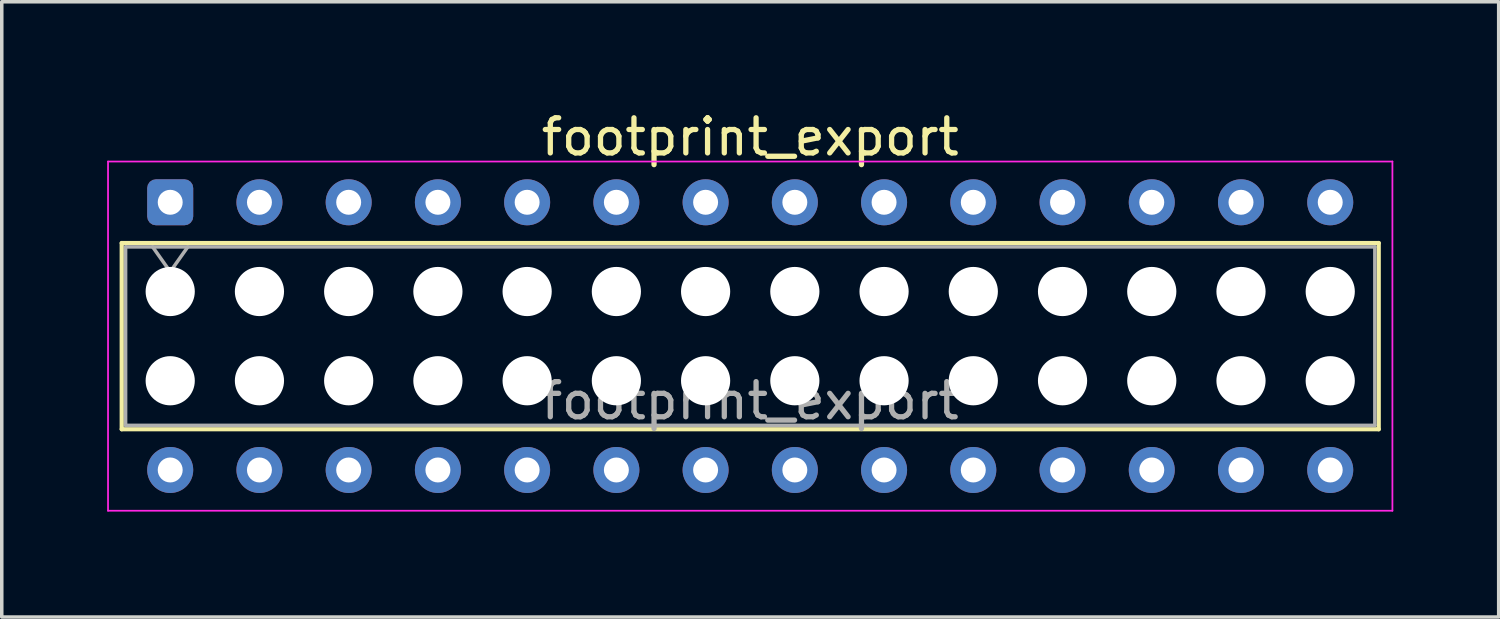
<source format=kicad_pcb>
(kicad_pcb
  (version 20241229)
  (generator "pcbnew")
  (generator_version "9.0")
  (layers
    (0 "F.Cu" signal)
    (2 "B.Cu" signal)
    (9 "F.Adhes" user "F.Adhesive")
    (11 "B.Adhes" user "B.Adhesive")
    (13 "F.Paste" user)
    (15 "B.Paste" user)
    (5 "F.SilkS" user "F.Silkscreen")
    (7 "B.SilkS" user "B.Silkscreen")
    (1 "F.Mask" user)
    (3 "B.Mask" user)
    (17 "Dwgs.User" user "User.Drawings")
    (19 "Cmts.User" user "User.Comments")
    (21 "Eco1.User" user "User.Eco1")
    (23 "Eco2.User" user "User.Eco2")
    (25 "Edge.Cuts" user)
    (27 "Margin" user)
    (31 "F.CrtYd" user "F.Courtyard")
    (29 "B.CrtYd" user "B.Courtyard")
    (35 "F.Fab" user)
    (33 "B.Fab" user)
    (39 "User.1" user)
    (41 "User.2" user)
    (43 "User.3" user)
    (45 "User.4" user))
  (footprint "footprint_export"
    (layer "F.Cu")
    (at 1.795 2.708)
    (property "Reference" "footprint_export" (at 16.51 -1.86 0) (layer "F.SilkS") (effects (font (size 1 1) (thickness 0.15))))
    (attr through_hole)
    (fp_line (start -1.38 1.16) (end 34.4 1.16) (stroke (width 0.12) (type solid)) (layer "F.SilkS"))
    (fp_line (start -1.38 6.46) (end -1.38 1.16) (stroke (width 0.12) (type solid)) (layer "F.SilkS"))
    (fp_line (start 34.4 1.16) (end 34.4 6.46) (stroke (width 0.12) (type solid)) (layer "F.SilkS"))
    (fp_line (start 34.4 6.46) (end -1.38 6.46) (stroke (width 0.12) (type solid)) (layer "F.SilkS"))
    (fp_line (start -1.77 -1.16) (end 34.79 -1.16) (stroke (width 0.05) (type solid)) (layer "F.CrtYd"))
    (fp_line (start -1.77 8.78) (end -1.77 -1.16) (stroke (width 0.05) (type solid)) (layer "F.CrtYd"))
    (fp_line (start 34.79 -1.16) (end 34.79 8.78) (stroke (width 0.05) (type solid)) (layer "F.CrtYd"))
    (fp_line (start 34.79 8.78) (end -1.77 8.78) (stroke (width 0.05) (type solid)) (layer "F.CrtYd"))
    (fp_line (start -1.27 1.27) (end 34.29 1.27) (stroke (width 0.1) (type solid)) (layer "F.Fab"))
    (fp_line (start -1.27 6.35) (end -1.27 1.27) (stroke (width 0.1) (type solid)) (layer "F.Fab"))
    (fp_line (start -0.5 1.27) (end 0 1.977) (stroke (width 0.1) (type solid)) (layer "F.Fab"))
    (fp_line (start 0 1.977) (end 0.5 1.27) (stroke (width 0.1) (type solid)) (layer "F.Fab"))
    (fp_line (start 34.29 1.27) (end 34.29 6.35) (stroke (width 0.1) (type solid)) (layer "F.Fab"))
    (fp_line (start 34.29 6.35) (end -1.27 6.35) (stroke (width 0.1) (type solid)) (layer "F.Fab"))
    (fp_text user "${REFERENCE}" (at 16.51 5.65 0) (layer "F.Fab") (effects (font (size 1 1) (thickness 0.15))))
    (pad "" np_thru_hole circle (at 0 2.54) (size 1.4 1.4) (drill 1.4) (layers "*.Cu" "*.Mask"))
    (pad "" np_thru_hole circle (at 0 5.08) (size 1.4 1.4) (drill 1.4) (layers "*.Cu" "*.Mask"))
    (pad "" np_thru_hole circle (at 2.54 2.54) (size 1.4 1.4) (drill 1.4) (layers "*.Cu" "*.Mask"))
    (pad "" np_thru_hole circle (at 2.54 5.08) (size 1.4 1.4) (drill 1.4) (layers "*.Cu" "*.Mask"))
    (pad "" np_thru_hole circle (at 5.08 2.54) (size 1.4 1.4) (drill 1.4) (layers "*.Cu" "*.Mask"))
    (pad "" np_thru_hole circle (at 5.08 5.08) (size 1.4 1.4) (drill 1.4) (layers "*.Cu" "*.Mask"))
    (pad "" np_thru_hole circle (at 7.62 2.54) (size 1.4 1.4) (drill 1.4) (layers "*.Cu" "*.Mask"))
    (pad "" np_thru_hole circle (at 7.62 5.08) (size 1.4 1.4) (drill 1.4) (layers "*.Cu" "*.Mask"))
    (pad "" np_thru_hole circle (at 10.16 2.54) (size 1.4 1.4) (drill 1.4) (layers "*.Cu" "*.Mask"))
    (pad "" np_thru_hole circle (at 10.16 5.08) (size 1.4 1.4) (drill 1.4) (layers "*.Cu" "*.Mask"))
    (pad "" np_thru_hole circle (at 12.7 2.54) (size 1.4 1.4) (drill 1.4) (layers "*.Cu" "*.Mask"))
    (pad "" np_thru_hole circle (at 12.7 5.08) (size 1.4 1.4) (drill 1.4) (layers "*.Cu" "*.Mask"))
    (pad "" np_thru_hole circle (at 15.24 2.54) (size 1.4 1.4) (drill 1.4) (layers "*.Cu" "*.Mask"))
    (pad "" np_thru_hole circle (at 15.24 5.08) (size 1.4 1.4) (drill 1.4) (layers "*.Cu" "*.Mask"))
    (pad "" np_thru_hole circle (at 17.78 2.54) (size 1.4 1.4) (drill 1.4) (layers "*.Cu" "*.Mask"))
    (pad "" np_thru_hole circle (at 17.78 5.08) (size 1.4 1.4) (drill 1.4) (layers "*.Cu" "*.Mask"))
    (pad "" np_thru_hole circle (at 20.32 2.54) (size 1.4 1.4) (drill 1.4) (layers "*.Cu" "*.Mask"))
    (pad "" np_thru_hole circle (at 20.32 5.08) (size 1.4 1.4) (drill 1.4) (layers "*.Cu" "*.Mask"))
    (pad "" np_thru_hole circle (at 22.86 2.54) (size 1.4 1.4) (drill 1.4) (layers "*.Cu" "*.Mask"))
    (pad "" np_thru_hole circle (at 22.86 5.08) (size 1.4 1.4) (drill 1.4) (layers "*.Cu" "*.Mask"))
    (pad "" np_thru_hole circle (at 25.4 2.54) (size 1.4 1.4) (drill 1.4) (layers "*.Cu" "*.Mask"))
    (pad "" np_thru_hole circle (at 25.4 5.08) (size 1.4 1.4) (drill 1.4) (layers "*.Cu" "*.Mask"))
    (pad "" np_thru_hole circle (at 27.94 2.54) (size 1.4 1.4) (drill 1.4) (layers "*.Cu" "*.Mask"))
    (pad "" np_thru_hole circle (at 27.94 5.08) (size 1.4 1.4) (drill 1.4) (layers "*.Cu" "*.Mask"))
    (pad "" np_thru_hole circle (at 30.48 2.54) (size 1.4 1.4) (drill 1.4) (layers "*.Cu" "*.Mask"))
    (pad "" np_thru_hole circle (at 30.48 5.08) (size 1.4 1.4) (drill 1.4) (layers "*.Cu" "*.Mask"))
    (pad "" np_thru_hole circle (at 33.02 2.54) (size 1.4 1.4) (drill 1.4) (layers "*.Cu" "*.Mask"))
    (pad "" np_thru_hole circle (at 33.02 5.08) (size 1.4 1.4) (drill 1.4) (layers "*.Cu" "*.Mask"))
    (pad "1" thru_hole roundrect (at 0 0) (size 1.31 1.31) (drill 0.71) (layers "*.Cu" "*.Mask") (roundrect_rratio 0.191))
    (pad "2" thru_hole circle (at 0 7.62) (size 1.31 1.31) (drill 0.71) (layers "*.Cu" "*.Mask"))
    (pad "3" thru_hole circle (at 2.54 0) (size 1.31 1.31) (drill 0.71) (layers "*.Cu" "*.Mask"))
    (pad "4" thru_hole circle (at 2.54 7.62) (size 1.31 1.31) (drill 0.71) (layers "*.Cu" "*.Mask"))
    (pad "5" thru_hole circle (at 5.08 0) (size 1.31 1.31) (drill 0.71) (layers "*.Cu" "*.Mask"))
    (pad "6" thru_hole circle (at 5.08 7.62) (size 1.31 1.31) (drill 0.71) (layers "*.Cu" "*.Mask"))
    (pad "7" thru_hole circle (at 7.62 0) (size 1.31 1.31) (drill 0.71) (layers "*.Cu" "*.Mask"))
    (pad "8" thru_hole circle (at 7.62 7.62) (size 1.31 1.31) (drill 0.71) (layers "*.Cu" "*.Mask"))
    (pad "9" thru_hole circle (at 10.16 0) (size 1.31 1.31) (drill 0.71) (layers "*.Cu" "*.Mask"))
    (pad "10" thru_hole circle (at 10.16 7.62) (size 1.31 1.31) (drill 0.71) (layers "*.Cu" "*.Mask"))
    (pad "11" thru_hole circle (at 12.7 0) (size 1.31 1.31) (drill 0.71) (layers "*.Cu" "*.Mask"))
    (pad "12" thru_hole circle (at 12.7 7.62) (size 1.31 1.31) (drill 0.71) (layers "*.Cu" "*.Mask"))
    (pad "13" thru_hole circle (at 15.24 0) (size 1.31 1.31) (drill 0.71) (layers "*.Cu" "*.Mask"))
    (pad "14" thru_hole circle (at 15.24 7.62) (size 1.31 1.31) (drill 0.71) (layers "*.Cu" "*.Mask"))
    (pad "15" thru_hole circle (at 17.78 0) (size 1.31 1.31) (drill 0.71) (layers "*.Cu" "*.Mask"))
    (pad "16" thru_hole circle (at 17.78 7.62) (size 1.31 1.31) (drill 0.71) (layers "*.Cu" "*.Mask"))
    (pad "17" thru_hole circle (at 20.32 0) (size 1.31 1.31) (drill 0.71) (layers "*.Cu" "*.Mask"))
    (pad "18" thru_hole circle (at 20.32 7.62) (size 1.31 1.31) (drill 0.71) (layers "*.Cu" "*.Mask"))
    (pad "19" thru_hole circle (at 22.86 0) (size 1.31 1.31) (drill 0.71) (layers "*.Cu" "*.Mask"))
    (pad "20" thru_hole circle (at 22.86 7.62) (size 1.31 1.31) (drill 0.71) (layers "*.Cu" "*.Mask"))
    (pad "21" thru_hole circle (at 25.4 0) (size 1.31 1.31) (drill 0.71) (layers "*.Cu" "*.Mask"))
    (pad "22" thru_hole circle (at 25.4 7.62) (size 1.31 1.31) (drill 0.71) (layers "*.Cu" "*.Mask"))
    (pad "23" thru_hole circle (at 27.94 0) (size 1.31 1.31) (drill 0.71) (layers "*.Cu" "*.Mask"))
    (pad "24" thru_hole circle (at 27.94 7.62) (size 1.31 1.31) (drill 0.71) (layers "*.Cu" "*.Mask"))
    (pad "25" thru_hole circle (at 30.48 0) (size 1.31 1.31) (drill 0.71) (layers "*.Cu" "*.Mask"))
    (pad "26" thru_hole circle (at 30.48 7.62) (size 1.31 1.31) (drill 0.71) (layers "*.Cu" "*.Mask"))
    (pad "27" thru_hole circle (at 33.02 0) (size 1.31 1.31) (drill 0.71) (layers "*.Cu" "*.Mask"))
    (pad "28" thru_hole circle (at 33.02 7.62) (size 1.31 1.31) (drill 0.71) (layers "*.Cu" "*.Mask")))
  (gr_rect
    (start -3 -3)
    (end 39.61 14.513)
    (stroke (width 0.1) (type default))
    (fill no)
    (layer "Edge.Cuts")))
</source>
